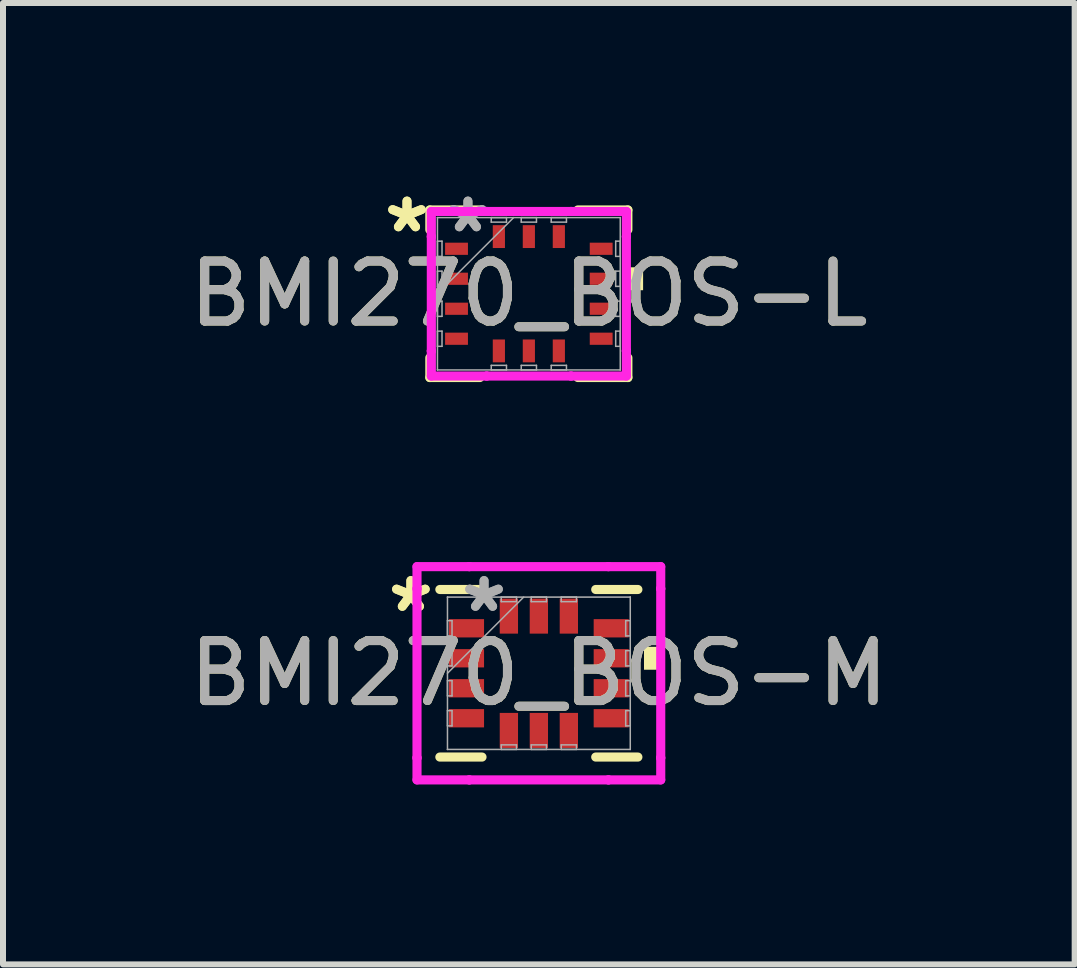
<source format=kicad_pcb>
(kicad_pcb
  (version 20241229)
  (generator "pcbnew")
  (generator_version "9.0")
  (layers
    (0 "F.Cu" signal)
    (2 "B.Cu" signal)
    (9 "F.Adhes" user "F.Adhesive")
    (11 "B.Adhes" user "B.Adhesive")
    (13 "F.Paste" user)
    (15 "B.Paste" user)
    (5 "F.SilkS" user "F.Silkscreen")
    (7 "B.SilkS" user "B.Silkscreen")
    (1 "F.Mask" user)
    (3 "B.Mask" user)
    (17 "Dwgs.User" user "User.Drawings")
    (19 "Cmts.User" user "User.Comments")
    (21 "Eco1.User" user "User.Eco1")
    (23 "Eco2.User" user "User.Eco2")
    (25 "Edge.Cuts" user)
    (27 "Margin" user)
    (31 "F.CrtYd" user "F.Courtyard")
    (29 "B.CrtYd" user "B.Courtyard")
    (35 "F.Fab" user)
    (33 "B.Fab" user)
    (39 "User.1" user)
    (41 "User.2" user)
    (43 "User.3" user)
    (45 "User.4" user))
  (footprint "BMI270_BOS-L"
    (layer "F.Cu")
    (at 5.768 1.848)
    (property "Reference" "BMI270_BOS-L" (at 0 0 0) (unlocked yes) (layer "F.SilkS") (effects (font (size 1 1) (thickness 0.15))))
    (attr smd)
    (fp_line (start -1.651 -1.397) (end -1.651 -1.067) (stroke (width 0.152) (type solid)) (layer "F.SilkS"))
    (fp_line (start -1.651 1.067) (end -1.651 1.397) (stroke (width 0.152) (type solid)) (layer "F.SilkS"))
    (fp_line (start -1.651 1.397) (end -0.817 1.397) (stroke (width 0.152) (type solid)) (layer "F.SilkS"))
    (fp_line (start -0.817 -1.397) (end -1.651 -1.397) (stroke (width 0.152) (type solid)) (layer "F.SilkS"))
    (fp_line (start 0.817 1.397) (end 1.651 1.397) (stroke (width 0.152) (type solid)) (layer "F.SilkS"))
    (fp_line (start 1.651 -1.397) (end 0.817 -1.397) (stroke (width 0.152) (type solid)) (layer "F.SilkS"))
    (fp_line (start 1.651 -1.067) (end 1.651 -1.397) (stroke (width 0.152) (type solid)) (layer "F.SilkS"))
    (fp_line (start 1.651 1.397) (end 1.651 1.067) (stroke (width 0.152) (type solid)) (layer "F.SilkS"))
    (fp_poly (pts (xy 1.905 -0.441) (xy 1.905 -0.059) (xy 1.651 -0.059) (xy 1.651 -0.441)) (stroke (width 0) (type solid)) (fill yes) (layer "F.SilkS"))
    (fp_line (start -1.626 -1.372) (end -0.703 -1.372) (stroke (width 0.152) (type solid)) (layer "F.CrtYd"))
    (fp_line (start -1.626 -0.953) (end -1.626 -1.372) (stroke (width 0.152) (type solid)) (layer "F.CrtYd"))
    (fp_line (start -1.626 -0.953) (end -1.626 -0.953) (stroke (width 0.152) (type solid)) (layer "F.CrtYd"))
    (fp_line (start -1.626 0.953) (end -1.626 -0.953) (stroke (width 0.152) (type solid)) (layer "F.CrtYd"))
    (fp_line (start -1.626 0.953) (end -1.626 0.953) (stroke (width 0.152) (type solid)) (layer "F.CrtYd"))
    (fp_line (start -1.626 1.372) (end -1.626 0.953) (stroke (width 0.152) (type solid)) (layer "F.CrtYd"))
    (fp_line (start -0.703 -1.372) (end -0.703 -1.372) (stroke (width 0.152) (type solid)) (layer "F.CrtYd"))
    (fp_line (start -0.703 -1.372) (end 0.703 -1.372) (stroke (width 0.152) (type solid)) (layer "F.CrtYd"))
    (fp_line (start -0.703 1.372) (end -1.626 1.372) (stroke (width 0.152) (type solid)) (layer "F.CrtYd"))
    (fp_line (start -0.703 1.372) (end -0.703 1.372) (stroke (width 0.152) (type solid)) (layer "F.CrtYd"))
    (fp_line (start 0.703 -1.372) (end 0.703 -1.372) (stroke (width 0.152) (type solid)) (layer "F.CrtYd"))
    (fp_line (start 0.703 -1.372) (end 1.626 -1.372) (stroke (width 0.152) (type solid)) (layer "F.CrtYd"))
    (fp_line (start 0.703 1.372) (end -0.703 1.372) (stroke (width 0.152) (type solid)) (layer "F.CrtYd"))
    (fp_line (start 0.703 1.372) (end 0.703 1.372) (stroke (width 0.152) (type solid)) (layer "F.CrtYd"))
    (fp_line (start 1.626 -1.372) (end 1.626 -0.953) (stroke (width 0.152) (type solid)) (layer "F.CrtYd"))
    (fp_line (start 1.626 -0.953) (end 1.626 -0.953) (stroke (width 0.152) (type solid)) (layer "F.CrtYd"))
    (fp_line (start 1.626 -0.953) (end 1.626 0.953) (stroke (width 0.152) (type solid)) (layer "F.CrtYd"))
    (fp_line (start 1.626 0.953) (end 1.626 0.953) (stroke (width 0.152) (type solid)) (layer "F.CrtYd"))
    (fp_line (start 1.626 0.953) (end 1.626 1.372) (stroke (width 0.152) (type solid)) (layer "F.CrtYd"))
    (fp_line (start 1.626 1.372) (end 0.703 1.372) (stroke (width 0.152) (type solid)) (layer "F.CrtYd"))
    (fp_line (start -1.524 -1.27) (end -1.524 -1.27) (stroke (width 0.025) (type solid)) (layer "F.Fab"))
    (fp_line (start -1.524 -1.27) (end -1.524 1.27) (stroke (width 0.025) (type solid)) (layer "F.Fab"))
    (fp_line (start -1.524 -0.877) (end -1.448 -0.877) (stroke (width 0.025) (type solid)) (layer "F.Fab"))
    (fp_line (start -1.524 -0.623) (end -1.524 -0.877) (stroke (width 0.025) (type solid)) (layer "F.Fab"))
    (fp_line (start -1.524 -0.377) (end -1.448 -0.377) (stroke (width 0.025) (type solid)) (layer "F.Fab"))
    (fp_line (start -1.524 -0.123) (end -1.524 -0.377) (stroke (width 0.025) (type solid)) (layer "F.Fab"))
    (fp_line (start -1.524 0) (end -0.254 -1.27) (stroke (width 0.025) (type solid)) (layer "F.Fab"))
    (fp_line (start -1.524 0.123) (end -1.448 0.123) (stroke (width 0.025) (type solid)) (layer "F.Fab"))
    (fp_line (start -1.524 0.377) (end -1.524 0.123) (stroke (width 0.025) (type solid)) (layer "F.Fab"))
    (fp_line (start -1.524 0.623) (end -1.448 0.623) (stroke (width 0.025) (type solid)) (layer "F.Fab"))
    (fp_line (start -1.524 0.877) (end -1.524 0.623) (stroke (width 0.025) (type solid)) (layer "F.Fab"))
    (fp_line (start -1.524 1.27) (end -1.524 1.27) (stroke (width 0.025) (type solid)) (layer "F.Fab"))
    (fp_line (start -1.524 1.27) (end 1.524 1.27) (stroke (width 0.025) (type solid)) (layer "F.Fab"))
    (fp_line (start -1.448 -0.877) (end -1.448 -0.623) (stroke (width 0.025) (type solid)) (layer "F.Fab"))
    (fp_line (start -1.448 -0.623) (end -1.524 -0.623) (stroke (width 0.025) (type solid)) (layer "F.Fab"))
    (fp_line (start -1.448 -0.377) (end -1.448 -0.123) (stroke (width 0.025) (type solid)) (layer "F.Fab"))
    (fp_line (start -1.448 -0.123) (end -1.524 -0.123) (stroke (width 0.025) (type solid)) (layer "F.Fab"))
    (fp_line (start -1.448 0.123) (end -1.448 0.377) (stroke (width 0.025) (type solid)) (layer "F.Fab"))
    (fp_line (start -1.448 0.377) (end -1.524 0.377) (stroke (width 0.025) (type solid)) (layer "F.Fab"))
    (fp_line (start -1.448 0.623) (end -1.448 0.877) (stroke (width 0.025) (type solid)) (layer "F.Fab"))
    (fp_line (start -1.448 0.877) (end -1.524 0.877) (stroke (width 0.025) (type solid)) (layer "F.Fab"))
    (fp_line (start -0.627 -1.27) (end -0.373 -1.27) (stroke (width 0.025) (type solid)) (layer "F.Fab"))
    (fp_line (start -0.627 -1.194) (end -0.627 -1.27) (stroke (width 0.025) (type solid)) (layer "F.Fab"))
    (fp_line (start -0.627 1.194) (end -0.373 1.194) (stroke (width 0.025) (type solid)) (layer "F.Fab"))
    (fp_line (start -0.627 1.27) (end -0.627 1.194) (stroke (width 0.025) (type solid)) (layer "F.Fab"))
    (fp_line (start -0.373 -1.27) (end -0.373 -1.194) (stroke (width 0.025) (type solid)) (layer "F.Fab"))
    (fp_line (start -0.373 -1.194) (end -0.627 -1.194) (stroke (width 0.025) (type solid)) (layer "F.Fab"))
    (fp_line (start -0.373 1.194) (end -0.373 1.27) (stroke (width 0.025) (type solid)) (layer "F.Fab"))
    (fp_line (start -0.373 1.27) (end -0.627 1.27) (stroke (width 0.025) (type solid)) (layer "F.Fab"))
    (fp_line (start -0.127 -1.27) (end 0.127 -1.27) (stroke (width 0.025) (type solid)) (layer "F.Fab"))
    (fp_line (start -0.127 -1.194) (end -0.127 -1.27) (stroke (width 0.025) (type solid)) (layer "F.Fab"))
    (fp_line (start -0.127 1.194) (end 0.127 1.194) (stroke (width 0.025) (type solid)) (layer "F.Fab"))
    (fp_line (start -0.127 1.27) (end -0.127 1.194) (stroke (width 0.025) (type solid)) (layer "F.Fab"))
    (fp_line (start 0.127 -1.27) (end 0.127 -1.194) (stroke (width 0.025) (type solid)) (layer "F.Fab"))
    (fp_line (start 0.127 -1.194) (end -0.127 -1.194) (stroke (width 0.025) (type solid)) (layer "F.Fab"))
    (fp_line (start 0.127 1.194) (end 0.127 1.27) (stroke (width 0.025) (type solid)) (layer "F.Fab"))
    (fp_line (start 0.127 1.27) (end -0.127 1.27) (stroke (width 0.025) (type solid)) (layer "F.Fab"))
    (fp_line (start 0.373 -1.27) (end 0.627 -1.27) (stroke (width 0.025) (type solid)) (layer "F.Fab"))
    (fp_line (start 0.373 -1.194) (end 0.373 -1.27) (stroke (width 0.025) (type solid)) (layer "F.Fab"))
    (fp_line (start 0.373 1.194) (end 0.627 1.194) (stroke (width 0.025) (type solid)) (layer "F.Fab"))
    (fp_line (start 0.373 1.27) (end 0.373 1.194) (stroke (width 0.025) (type solid)) (layer "F.Fab"))
    (fp_line (start 0.627 -1.27) (end 0.627 -1.194) (stroke (width 0.025) (type solid)) (layer "F.Fab"))
    (fp_line (start 0.627 -1.194) (end 0.373 -1.194) (stroke (width 0.025) (type solid)) (layer "F.Fab"))
    (fp_line (start 0.627 1.194) (end 0.627 1.27) (stroke (width 0.025) (type solid)) (layer "F.Fab"))
    (fp_line (start 0.627 1.27) (end 0.373 1.27) (stroke (width 0.025) (type solid)) (layer "F.Fab"))
    (fp_line (start 1.448 -0.877) (end 1.524 -0.877) (stroke (width 0.025) (type solid)) (layer "F.Fab"))
    (fp_line (start 1.448 -0.623) (end 1.448 -0.877) (stroke (width 0.025) (type solid)) (layer "F.Fab"))
    (fp_line (start 1.448 -0.377) (end 1.524 -0.377) (stroke (width 0.025) (type solid)) (layer "F.Fab"))
    (fp_line (start 1.448 -0.123) (end 1.448 -0.377) (stroke (width 0.025) (type solid)) (layer "F.Fab"))
    (fp_line (start 1.448 0.123) (end 1.524 0.123) (stroke (width 0.025) (type solid)) (layer "F.Fab"))
    (fp_line (start 1.448 0.377) (end 1.448 0.123) (stroke (width 0.025) (type solid)) (layer "F.Fab"))
    (fp_line (start 1.448 0.623) (end 1.524 0.623) (stroke (width 0.025) (type solid)) (layer "F.Fab"))
    (fp_line (start 1.448 0.877) (end 1.448 0.623) (stroke (width 0.025) (type solid)) (layer "F.Fab"))
    (fp_line (start 1.524 -1.27) (end -1.524 -1.27) (stroke (width 0.025) (type solid)) (layer "F.Fab"))
    (fp_line (start 1.524 -1.27) (end 1.524 -1.27) (stroke (width 0.025) (type solid)) (layer "F.Fab"))
    (fp_line (start 1.524 -0.877) (end 1.524 -0.623) (stroke (width 0.025) (type solid)) (layer "F.Fab"))
    (fp_line (start 1.524 -0.623) (end 1.448 -0.623) (stroke (width 0.025) (type solid)) (layer "F.Fab"))
    (fp_line (start 1.524 -0.377) (end 1.524 -0.123) (stroke (width 0.025) (type solid)) (layer "F.Fab"))
    (fp_line (start 1.524 -0.123) (end 1.448 -0.123) (stroke (width 0.025) (type solid)) (layer "F.Fab"))
    (fp_line (start 1.524 0.123) (end 1.524 0.377) (stroke (width 0.025) (type solid)) (layer "F.Fab"))
    (fp_line (start 1.524 0.377) (end 1.448 0.377) (stroke (width 0.025) (type solid)) (layer "F.Fab"))
    (fp_line (start 1.524 0.623) (end 1.524 0.877) (stroke (width 0.025) (type solid)) (layer "F.Fab"))
    (fp_line (start 1.524 0.877) (end 1.448 0.877) (stroke (width 0.025) (type solid)) (layer "F.Fab"))
    (fp_line (start 1.524 1.27) (end 1.524 -1.27) (stroke (width 0.025) (type solid)) (layer "F.Fab"))
    (fp_line (start 1.524 1.27) (end 1.524 1.27) (stroke (width 0.025) (type solid)) (layer "F.Fab"))
    (fp_text user "*" (at -2.032 -1 0) (unlocked yes) (layer "F.SilkS") (effects (font (size 1 1) (thickness 0.15))))
    (fp_text user "*" (at -2.032 -1 0) (layer "F.SilkS") (effects (font (size 1 1) (thickness 0.15))))
    (fp_text user "${REFERENCE}" (at 0 0 0) (unlocked yes) (layer "F.Fab") (effects (font (size 1 1) (thickness 0.15))))
    (fp_text user "*" (at -1.016 -1 0) (layer "F.Fab") (effects (font (size 1 1) (thickness 0.15))))
    (fp_text user "*" (at -1.016 -1 0) (unlocked yes) (layer "F.Fab") (effects (font (size 1 1) (thickness 0.15))))
    (pad "1" smd rect (at -1.206 -0.75 90) (size 0.203 0.381) (layers "F.Cu" "F.Mask" "F.Paste"))
    (pad "2" smd rect (at -1.206 -0.25 90) (size 0.203 0.381) (layers "F.Cu" "F.Mask" "F.Paste"))
    (pad "3" smd rect (at -1.206 0.25 90) (size 0.203 0.381) (layers "F.Cu" "F.Mask" "F.Paste"))
    (pad "4" smd rect (at -1.206 0.75 90) (size 0.203 0.381) (layers "F.Cu" "F.Mask" "F.Paste"))
    (pad "5" smd rect (at -0.5 0.953) (size 0.203 0.381) (layers "F.Cu" "F.Mask" "F.Paste"))
    (pad "6" smd rect (at 0 0.953) (size 0.203 0.381) (layers "F.Cu" "F.Mask" "F.Paste"))
    (pad "7" smd rect (at 0.5 0.953) (size 0.203 0.381) (layers "F.Cu" "F.Mask" "F.Paste"))
    (pad "8" smd rect (at 1.206 0.75 90) (size 0.203 0.381) (layers "F.Cu" "F.Mask" "F.Paste"))
    (pad "9" smd rect (at 1.206 0.25 90) (size 0.203 0.381) (layers "F.Cu" "F.Mask" "F.Paste"))
    (pad "10" smd rect (at 1.206 -0.25 90) (size 0.203 0.381) (layers "F.Cu" "F.Mask" "F.Paste"))
    (pad "11" smd rect (at 1.206 -0.75 90) (size 0.203 0.381) (layers "F.Cu" "F.Mask" "F.Paste"))
    (pad "12" smd rect (at 0.5 -0.953) (size 0.203 0.381) (layers "F.Cu" "F.Mask" "F.Paste"))
    (pad "13" smd rect (at 0 -0.953) (size 0.203 0.381) (layers "F.Cu" "F.Mask" "F.Paste"))
    (pad "14" smd rect (at -0.5 -0.953) (size 0.203 0.381) (layers "F.Cu" "F.Mask" "F.Paste")))
  (footprint "BMI270_BOS-M"
    (layer "F.Cu")
    (at 5.935 8.176)
    (property "Reference" "BMI270_BOS-M" (at 0 0 0) (unlocked yes) (layer "F.SilkS") (effects (font (size 1 1) (thickness 0.15))))
    (attr smd)
    (fp_line (start -1.651 1.397) (end -0.948 1.397) (stroke (width 0.152) (type solid)) (layer "F.SilkS"))
    (fp_line (start -0.948 -1.397) (end -1.651 -1.397) (stroke (width 0.152) (type solid)) (layer "F.SilkS"))
    (fp_line (start 0.948 1.397) (end 1.651 1.397) (stroke (width 0.152) (type solid)) (layer "F.SilkS"))
    (fp_line (start 1.651 -1.397) (end 0.948 -1.397) (stroke (width 0.152) (type solid)) (layer "F.SilkS"))
    (fp_poly (pts (xy 2.007 -0.441) (xy 2.007 -0.059) (xy 1.753 -0.059) (xy 1.753 -0.441)) (stroke (width 0) (type solid)) (fill yes) (layer "F.SilkS"))
    (fp_line (start -2.032 -1.778) (end -1.16 -1.778) (stroke (width 0.152) (type solid)) (layer "F.CrtYd"))
    (fp_line (start -2.032 -1.41) (end -2.032 -1.778) (stroke (width 0.152) (type solid)) (layer "F.CrtYd"))
    (fp_line (start -2.032 -1.41) (end -2.032 -1.41) (stroke (width 0.152) (type solid)) (layer "F.CrtYd"))
    (fp_line (start -2.032 1.41) (end -2.032 -1.41) (stroke (width 0.152) (type solid)) (layer "F.CrtYd"))
    (fp_line (start -2.032 1.41) (end -2.032 1.41) (stroke (width 0.152) (type solid)) (layer "F.CrtYd"))
    (fp_line (start -2.032 1.778) (end -2.032 1.41) (stroke (width 0.152) (type solid)) (layer "F.CrtYd"))
    (fp_line (start -1.16 -1.778) (end -1.16 -1.778) (stroke (width 0.152) (type solid)) (layer "F.CrtYd"))
    (fp_line (start -1.16 -1.778) (end 1.16 -1.778) (stroke (width 0.152) (type solid)) (layer "F.CrtYd"))
    (fp_line (start -1.16 1.778) (end -2.032 1.778) (stroke (width 0.152) (type solid)) (layer "F.CrtYd"))
    (fp_line (start -1.16 1.778) (end -1.16 1.778) (stroke (width 0.152) (type solid)) (layer "F.CrtYd"))
    (fp_line (start 1.16 -1.778) (end 1.16 -1.778) (stroke (width 0.152) (type solid)) (layer "F.CrtYd"))
    (fp_line (start 1.16 -1.778) (end 2.032 -1.778) (stroke (width 0.152) (type solid)) (layer "F.CrtYd"))
    (fp_line (start 1.16 1.778) (end -1.16 1.778) (stroke (width 0.152) (type solid)) (layer "F.CrtYd"))
    (fp_line (start 1.16 1.778) (end 1.16 1.778) (stroke (width 0.152) (type solid)) (layer "F.CrtYd"))
    (fp_line (start 2.032 -1.778) (end 2.032 -1.41) (stroke (width 0.152) (type solid)) (layer "F.CrtYd"))
    (fp_line (start 2.032 -1.41) (end 2.032 -1.41) (stroke (width 0.152) (type solid)) (layer "F.CrtYd"))
    (fp_line (start 2.032 -1.41) (end 2.032 1.41) (stroke (width 0.152) (type solid)) (layer "F.CrtYd"))
    (fp_line (start 2.032 1.41) (end 2.032 1.41) (stroke (width 0.152) (type solid)) (layer "F.CrtYd"))
    (fp_line (start 2.032 1.41) (end 2.032 1.778) (stroke (width 0.152) (type solid)) (layer "F.CrtYd"))
    (fp_line (start 2.032 1.778) (end 1.16 1.778) (stroke (width 0.152) (type solid)) (layer "F.CrtYd"))
    (fp_line (start -1.524 -1.27) (end -1.524 -1.27) (stroke (width 0.025) (type solid)) (layer "F.Fab"))
    (fp_line (start -1.524 -1.27) (end -1.524 1.27) (stroke (width 0.025) (type solid)) (layer "F.Fab"))
    (fp_line (start -1.524 -0.877) (end -1.448 -0.877) (stroke (width 0.025) (type solid)) (layer "F.Fab"))
    (fp_line (start -1.524 -0.623) (end -1.524 -0.877) (stroke (width 0.025) (type solid)) (layer "F.Fab"))
    (fp_line (start -1.524 -0.377) (end -1.448 -0.377) (stroke (width 0.025) (type solid)) (layer "F.Fab"))
    (fp_line (start -1.524 -0.123) (end -1.524 -0.377) (stroke (width 0.025) (type solid)) (layer "F.Fab"))
    (fp_line (start -1.524 0) (end -0.254 -1.27) (stroke (width 0.025) (type solid)) (layer "F.Fab"))
    (fp_line (start -1.524 0.123) (end -1.448 0.123) (stroke (width 0.025) (type solid)) (layer "F.Fab"))
    (fp_line (start -1.524 0.377) (end -1.524 0.123) (stroke (width 0.025) (type solid)) (layer "F.Fab"))
    (fp_line (start -1.524 0.623) (end -1.448 0.623) (stroke (width 0.025) (type solid)) (layer "F.Fab"))
    (fp_line (start -1.524 0.877) (end -1.524 0.623) (stroke (width 0.025) (type solid)) (layer "F.Fab"))
    (fp_line (start -1.524 1.27) (end -1.524 1.27) (stroke (width 0.025) (type solid)) (layer "F.Fab"))
    (fp_line (start -1.524 1.27) (end 1.524 1.27) (stroke (width 0.025) (type solid)) (layer "F.Fab"))
    (fp_line (start -1.448 -0.877) (end -1.448 -0.623) (stroke (width 0.025) (type solid)) (layer "F.Fab"))
    (fp_line (start -1.448 -0.623) (end -1.524 -0.623) (stroke (width 0.025) (type solid)) (layer "F.Fab"))
    (fp_line (start -1.448 -0.377) (end -1.448 -0.123) (stroke (width 0.025) (type solid)) (layer "F.Fab"))
    (fp_line (start -1.448 -0.123) (end -1.524 -0.123) (stroke (width 0.025) (type solid)) (layer "F.Fab"))
    (fp_line (start -1.448 0.123) (end -1.448 0.377) (stroke (width 0.025) (type solid)) (layer "F.Fab"))
    (fp_line (start -1.448 0.377) (end -1.524 0.377) (stroke (width 0.025) (type solid)) (layer "F.Fab"))
    (fp_line (start -1.448 0.623) (end -1.448 0.877) (stroke (width 0.025) (type solid)) (layer "F.Fab"))
    (fp_line (start -1.448 0.877) (end -1.524 0.877) (stroke (width 0.025) (type solid)) (layer "F.Fab"))
    (fp_line (start -0.627 -1.27) (end -0.373 -1.27) (stroke (width 0.025) (type solid)) (layer "F.Fab"))
    (fp_line (start -0.627 -1.194) (end -0.627 -1.27) (stroke (width 0.025) (type solid)) (layer "F.Fab"))
    (fp_line (start -0.627 1.194) (end -0.373 1.194) (stroke (width 0.025) (type solid)) (layer "F.Fab"))
    (fp_line (start -0.627 1.27) (end -0.627 1.194) (stroke (width 0.025) (type solid)) (layer "F.Fab"))
    (fp_line (start -0.373 -1.27) (end -0.373 -1.194) (stroke (width 0.025) (type solid)) (layer "F.Fab"))
    (fp_line (start -0.373 -1.194) (end -0.627 -1.194) (stroke (width 0.025) (type solid)) (layer "F.Fab"))
    (fp_line (start -0.373 1.194) (end -0.373 1.27) (stroke (width 0.025) (type solid)) (layer "F.Fab"))
    (fp_line (start -0.373 1.27) (end -0.627 1.27) (stroke (width 0.025) (type solid)) (layer "F.Fab"))
    (fp_line (start -0.127 -1.27) (end 0.127 -1.27) (stroke (width 0.025) (type solid)) (layer "F.Fab"))
    (fp_line (start -0.127 -1.194) (end -0.127 -1.27) (stroke (width 0.025) (type solid)) (layer "F.Fab"))
    (fp_line (start -0.127 1.194) (end 0.127 1.194) (stroke (width 0.025) (type solid)) (layer "F.Fab"))
    (fp_line (start -0.127 1.27) (end -0.127 1.194) (stroke (width 0.025) (type solid)) (layer "F.Fab"))
    (fp_line (start 0.127 -1.27) (end 0.127 -1.194) (stroke (width 0.025) (type solid)) (layer "F.Fab"))
    (fp_line (start 0.127 -1.194) (end -0.127 -1.194) (stroke (width 0.025) (type solid)) (layer "F.Fab"))
    (fp_line (start 0.127 1.194) (end 0.127 1.27) (stroke (width 0.025) (type solid)) (layer "F.Fab"))
    (fp_line (start 0.127 1.27) (end -0.127 1.27) (stroke (width 0.025) (type solid)) (layer "F.Fab"))
    (fp_line (start 0.373 -1.27) (end 0.627 -1.27) (stroke (width 0.025) (type solid)) (layer "F.Fab"))
    (fp_line (start 0.373 -1.194) (end 0.373 -1.27) (stroke (width 0.025) (type solid)) (layer "F.Fab"))
    (fp_line (start 0.373 1.194) (end 0.627 1.194) (stroke (width 0.025) (type solid)) (layer "F.Fab"))
    (fp_line (start 0.373 1.27) (end 0.373 1.194) (stroke (width 0.025) (type solid)) (layer "F.Fab"))
    (fp_line (start 0.627 -1.27) (end 0.627 -1.194) (stroke (width 0.025) (type solid)) (layer "F.Fab"))
    (fp_line (start 0.627 -1.194) (end 0.373 -1.194) (stroke (width 0.025) (type solid)) (layer "F.Fab"))
    (fp_line (start 0.627 1.194) (end 0.627 1.27) (stroke (width 0.025) (type solid)) (layer "F.Fab"))
    (fp_line (start 0.627 1.27) (end 0.373 1.27) (stroke (width 0.025) (type solid)) (layer "F.Fab"))
    (fp_line (start 1.448 -0.877) (end 1.524 -0.877) (stroke (width 0.025) (type solid)) (layer "F.Fab"))
    (fp_line (start 1.448 -0.623) (end 1.448 -0.877) (stroke (width 0.025) (type solid)) (layer "F.Fab"))
    (fp_line (start 1.448 -0.377) (end 1.524 -0.377) (stroke (width 0.025) (type solid)) (layer "F.Fab"))
    (fp_line (start 1.448 -0.123) (end 1.448 -0.377) (stroke (width 0.025) (type solid)) (layer "F.Fab"))
    (fp_line (start 1.448 0.123) (end 1.524 0.123) (stroke (width 0.025) (type solid)) (layer "F.Fab"))
    (fp_line (start 1.448 0.377) (end 1.448 0.123) (stroke (width 0.025) (type solid)) (layer "F.Fab"))
    (fp_line (start 1.448 0.623) (end 1.524 0.623) (stroke (width 0.025) (type solid)) (layer "F.Fab"))
    (fp_line (start 1.448 0.877) (end 1.448 0.623) (stroke (width 0.025) (type solid)) (layer "F.Fab"))
    (fp_line (start 1.524 -1.27) (end -1.524 -1.27) (stroke (width 0.025) (type solid)) (layer "F.Fab"))
    (fp_line (start 1.524 -1.27) (end 1.524 -1.27) (stroke (width 0.025) (type solid)) (layer "F.Fab"))
    (fp_line (start 1.524 -0.877) (end 1.524 -0.623) (stroke (width 0.025) (type solid)) (layer "F.Fab"))
    (fp_line (start 1.524 -0.623) (end 1.448 -0.623) (stroke (width 0.025) (type solid)) (layer "F.Fab"))
    (fp_line (start 1.524 -0.377) (end 1.524 -0.123) (stroke (width 0.025) (type solid)) (layer "F.Fab"))
    (fp_line (start 1.524 -0.123) (end 1.448 -0.123) (stroke (width 0.025) (type solid)) (layer "F.Fab"))
    (fp_line (start 1.524 0.123) (end 1.524 0.377) (stroke (width 0.025) (type solid)) (layer "F.Fab"))
    (fp_line (start 1.524 0.377) (end 1.448 0.377) (stroke (width 0.025) (type solid)) (layer "F.Fab"))
    (fp_line (start 1.524 0.623) (end 1.524 0.877) (stroke (width 0.025) (type solid)) (layer "F.Fab"))
    (fp_line (start 1.524 0.877) (end 1.448 0.877) (stroke (width 0.025) (type solid)) (layer "F.Fab"))
    (fp_line (start 1.524 1.27) (end 1.524 -1.27) (stroke (width 0.025) (type solid)) (layer "F.Fab"))
    (fp_line (start 1.524 1.27) (end 1.524 1.27) (stroke (width 0.025) (type solid)) (layer "F.Fab"))
    (fp_text user "*" (at -2.134 -1 0) (layer "F.SilkS") (effects (font (size 1 1) (thickness 0.15))))
    (fp_text user "*" (at -2.134 -1 0) (unlocked yes) (layer "F.SilkS") (effects (font (size 1 1) (thickness 0.15))))
    (fp_text user "${REFERENCE}" (at 0 0 0) (unlocked yes) (layer "F.Fab") (effects (font (size 1 1) (thickness 0.15))))
    (fp_text user "*" (at -0.914 -1 0) (unlocked yes) (layer "F.Fab") (effects (font (size 1 1) (thickness 0.15))))
    (fp_text user "*" (at -0.914 -1 0) (layer "F.Fab") (effects (font (size 1 1) (thickness 0.15))))
    (pad "1" smd rect (at -1.206 -0.75 90) (size 0.305 0.584) (layers "F.Cu" "F.Mask" "F.Paste"))
    (pad "2" smd rect (at -1.206 -0.25 90) (size 0.305 0.584) (layers "F.Cu" "F.Mask" "F.Paste"))
    (pad "3" smd rect (at -1.206 0.25 90) (size 0.305 0.584) (layers "F.Cu" "F.Mask" "F.Paste"))
    (pad "4" smd rect (at -1.206 0.75 90) (size 0.305 0.584) (layers "F.Cu" "F.Mask" "F.Paste"))
    (pad "5" smd rect (at -0.5 0.953) (size 0.305 0.584) (layers "F.Cu" "F.Mask" "F.Paste"))
    (pad "6" smd rect (at 0 0.953) (size 0.305 0.584) (layers "F.Cu" "F.Mask" "F.Paste"))
    (pad "7" smd rect (at 0.5 0.953) (size 0.305 0.584) (layers "F.Cu" "F.Mask" "F.Paste"))
    (pad "8" smd rect (at 1.206 0.75 90) (size 0.305 0.584) (layers "F.Cu" "F.Mask" "F.Paste"))
    (pad "9" smd rect (at 1.206 0.25 90) (size 0.305 0.584) (layers "F.Cu" "F.Mask" "F.Paste"))
    (pad "10" smd rect (at 1.206 -0.25 90) (size 0.305 0.584) (layers "F.Cu" "F.Mask" "F.Paste"))
    (pad "11" smd rect (at 1.206 -0.75 90) (size 0.305 0.584) (layers "F.Cu" "F.Mask" "F.Paste"))
    (pad "12" smd rect (at 0.5 -0.953) (size 0.305 0.584) (layers "F.Cu" "F.Mask" "F.Paste"))
    (pad "13" smd rect (at 0 -0.953) (size 0.305 0.584) (layers "F.Cu" "F.Mask" "F.Paste"))
    (pad "14" smd rect (at -0.5 -0.953) (size 0.305 0.584) (layers "F.Cu" "F.Mask" "F.Paste")))
  (gr_rect
    (start -3 -3)
    (end 14.869 13.03)
    (stroke (width 0.1) (type default))
    (fill no)
    (layer "Edge.Cuts")))
</source>
